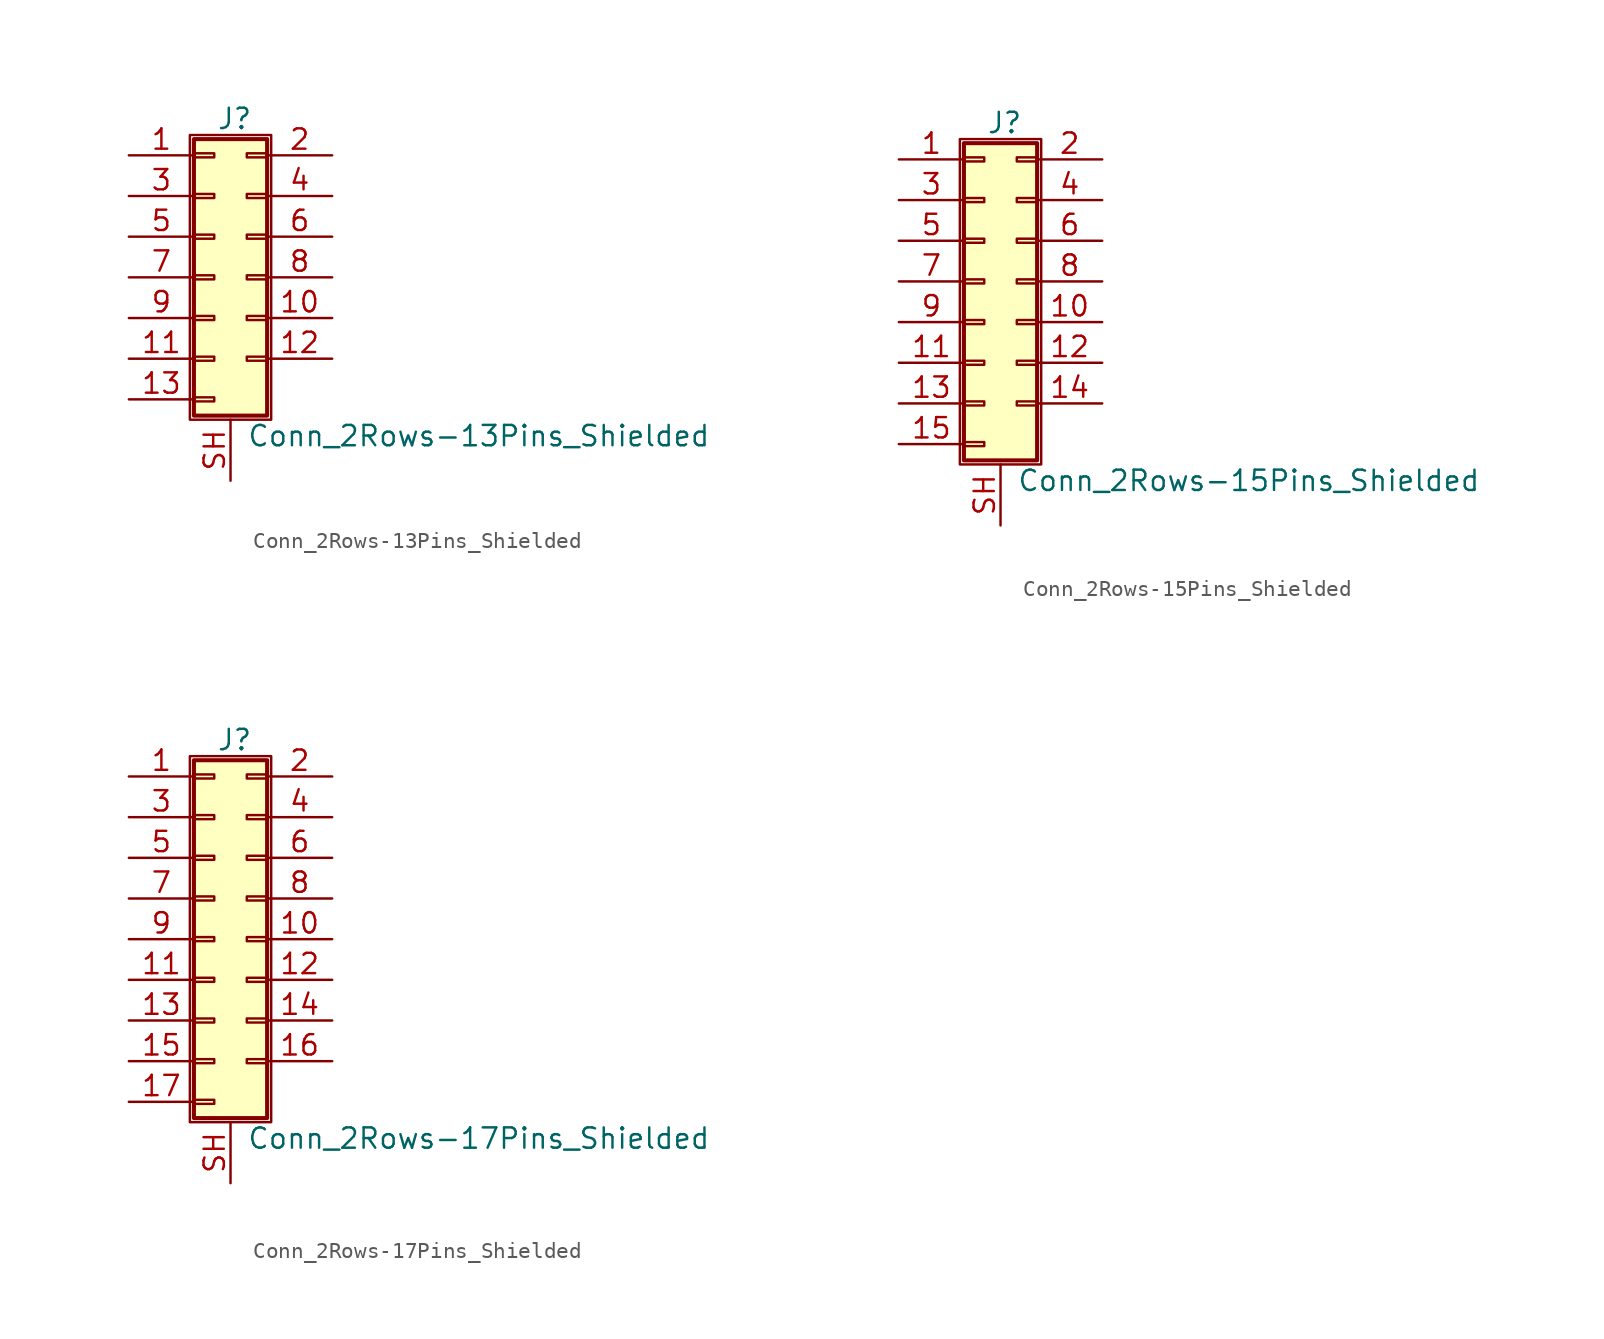
<source format=kicad_sym>
(kicad_symbol_lib
  (version 20201005)
  (generator kicad_symbol_editor)
  (symbol "Connector_Generic_Shielded:Conn_2Rows-13Pins_Shielded"
    (pin_names
      (offset 1.016) hide)
    (property "Reference" "J"
      (at 1.524 9.906 0)
      (effects (font (size 1.27 1.27))))
    (property "Value" "Conn_2Rows-13Pins_Shielded"
      (at 2.286 -9.906 0)
      (effects (font (size 1.27 1.27)) (justify left)))
    (symbol "Conn_2Rows-13Pins_Shielded_1_1"
      (rectangle (start -1.016 -4.953) (end 0.254 -5.207) (stroke (width 0.152)) (fill (type none)))
      (rectangle (start -1.016 -7.493) (end 0.254 -7.747) (stroke (width 0.152)) (fill (type none)))
      (rectangle (start -1.016 -2.413) (end 0.254 -2.667) (stroke (width 0.152)) (fill (type none)))
      (rectangle (start -1.016 2.667) (end 0.254 2.413) (stroke (width 0.152)) (fill (type none)))
      (rectangle (start -1.016 5.207) (end 0.254 4.953) (stroke (width 0.152)) (fill (type none)))
      (rectangle (start -1.016 7.747) (end 0.254 7.493) (stroke (width 0.152)) (fill (type none)))
      (rectangle (start -1.016 8.636) (end 3.556 -8.636) (stroke (width 0.254)) (fill (type background)))
      (rectangle (start -1.016 0.127) (end 0.254 -0.127) (stroke (width 0.152)) (fill (type none)))
      (rectangle (start -1.27 8.89) (end 3.81 -8.89) (stroke (width 0.152)) (fill (type none)))
      (rectangle (start 3.556 -4.953) (end 2.286 -5.207) (stroke (width 0.152)) (fill (type none)))
      (rectangle (start 3.556 -2.413) (end 2.286 -2.667) (stroke (width 0.152)) (fill (type none)))
      (rectangle (start 3.556 2.667) (end 2.286 2.413) (stroke (width 0.152)) (fill (type none)))
      (rectangle (start 3.556 5.207) (end 2.286 4.953) (stroke (width 0.152)) (fill (type none)))
      (rectangle (start 3.556 7.747) (end 2.286 7.493) (stroke (width 0.152)) (fill (type none)))
      (rectangle (start 3.556 0.127) (end 2.286 -0.127) (stroke (width 0.152)) (fill (type none)))
      (pin passive line (at -5.08 7.62 0) (length 4.064) (name "Pin_1" (effects (font (size 1.27 1.27)))) (number "1" (effects (font (size 1.27 1.27)))))
      (pin passive line (at 7.62 -2.54 180) (length 4.064) (name "Pin_10" (effects (font (size 1.27 1.27)))) (number "10" (effects (font (size 1.27 1.27)))))
      (pin passive line (at -5.08 -5.08 0) (length 4.064) (name "Pin_11" (effects (font (size 1.27 1.27)))) (number "11" (effects (font (size 1.27 1.27)))))
      (pin passive line (at 7.62 -5.08 180) (length 4.064) (name "Pin_12" (effects (font (size 1.27 1.27)))) (number "12" (effects (font (size 1.27 1.27)))))
      (pin passive line (at -5.08 -7.62 0) (length 4.064) (name "Pin_13" (effects (font (size 1.27 1.27)))) (number "13" (effects (font (size 1.27 1.27)))))
      (pin passive line (at 7.62 7.62 180) (length 4.064) (name "Pin_2" (effects (font (size 1.27 1.27)))) (number "2" (effects (font (size 1.27 1.27)))))
      (pin passive line (at -5.08 5.08 0) (length 4.064) (name "Pin_3" (effects (font (size 1.27 1.27)))) (number "3" (effects (font (size 1.27 1.27)))))
      (pin passive line (at 7.62 5.08 180) (length 4.064) (name "Pin_4" (effects (font (size 1.27 1.27)))) (number "4" (effects (font (size 1.27 1.27)))))
      (pin passive line (at -5.08 2.54 0) (length 4.064) (name "Pin_5" (effects (font (size 1.27 1.27)))) (number "5" (effects (font (size 1.27 1.27)))))
      (pin passive line (at 7.62 2.54 180) (length 4.064) (name "Pin_6" (effects (font (size 1.27 1.27)))) (number "6" (effects (font (size 1.27 1.27)))))
      (pin passive line (at -5.08 0 0) (length 4.064) (name "Pin_7" (effects (font (size 1.27 1.27)))) (number "7" (effects (font (size 1.27 1.27)))))
      (pin passive line (at 7.62 0 180) (length 4.064) (name "Pin_8" (effects (font (size 1.27 1.27)))) (number "8" (effects (font (size 1.27 1.27)))))
      (pin passive line (at -5.08 -2.54 0) (length 4.064) (name "Pin_9" (effects (font (size 1.27 1.27)))) (number "9" (effects (font (size 1.27 1.27)))))
      (pin passive line (at 1.27 -12.7 90) (length 3.81) (name "Shield" (effects (font (size 1.27 1.27)))) (number "SH" (effects (font (size 1.27 1.27)))))))
  (symbol "Connector_Generic_Shielded:Conn_2Rows-15Pins_Shielded"
    (pin_names
      (offset 1.016) hide)
    (property "Reference" "J"
      (at 1.524 9.906 0)
      (effects (font (size 1.27 1.27))))
    (property "Value" "Conn_2Rows-15Pins_Shielded"
      (at 2.286 -12.446 0)
      (effects (font (size 1.27 1.27)) (justify left)))
    (symbol "Conn_2Rows-15Pins_Shielded_1_1"
      (rectangle (start -1.016 -4.953) (end 0.254 -5.207) (stroke (width 0.152)) (fill (type none)))
      (rectangle (start -1.016 -7.493) (end 0.254 -7.747) (stroke (width 0.152)) (fill (type none)))
      (rectangle (start -1.016 -10.033) (end 0.254 -10.287) (stroke (width 0.152)) (fill (type none)))
      (rectangle (start -1.016 -2.413) (end 0.254 -2.667) (stroke (width 0.152)) (fill (type none)))
      (rectangle (start -1.016 2.667) (end 0.254 2.413) (stroke (width 0.152)) (fill (type none)))
      (rectangle (start -1.016 5.207) (end 0.254 4.953) (stroke (width 0.152)) (fill (type none)))
      (rectangle (start -1.016 7.747) (end 0.254 7.493) (stroke (width 0.152)) (fill (type none)))
      (rectangle (start -1.016 8.636) (end 3.556 -11.176) (stroke (width 0.254)) (fill (type background)))
      (rectangle (start -1.016 0.127) (end 0.254 -0.127) (stroke (width 0.152)) (fill (type none)))
      (rectangle (start -1.27 8.89) (end 3.81 -11.43) (stroke (width 0.152)) (fill (type none)))
      (rectangle (start 3.556 -4.953) (end 2.286 -5.207) (stroke (width 0.152)) (fill (type none)))
      (rectangle (start 3.556 -7.493) (end 2.286 -7.747) (stroke (width 0.152)) (fill (type none)))
      (rectangle (start 3.556 -2.413) (end 2.286 -2.667) (stroke (width 0.152)) (fill (type none)))
      (rectangle (start 3.556 2.667) (end 2.286 2.413) (stroke (width 0.152)) (fill (type none)))
      (rectangle (start 3.556 5.207) (end 2.286 4.953) (stroke (width 0.152)) (fill (type none)))
      (rectangle (start 3.556 7.747) (end 2.286 7.493) (stroke (width 0.152)) (fill (type none)))
      (rectangle (start 3.556 0.127) (end 2.286 -0.127) (stroke (width 0.152)) (fill (type none)))
      (pin passive line (at -5.08 7.62 0) (length 4.064) (name "Pin_1" (effects (font (size 1.27 1.27)))) (number "1" (effects (font (size 1.27 1.27)))))
      (pin passive line (at 7.62 -2.54 180) (length 4.064) (name "Pin_10" (effects (font (size 1.27 1.27)))) (number "10" (effects (font (size 1.27 1.27)))))
      (pin passive line (at -5.08 -5.08 0) (length 4.064) (name "Pin_11" (effects (font (size 1.27 1.27)))) (number "11" (effects (font (size 1.27 1.27)))))
      (pin passive line (at 7.62 -5.08 180) (length 4.064) (name "Pin_12" (effects (font (size 1.27 1.27)))) (number "12" (effects (font (size 1.27 1.27)))))
      (pin passive line (at -5.08 -7.62 0) (length 4.064) (name "Pin_13" (effects (font (size 1.27 1.27)))) (number "13" (effects (font (size 1.27 1.27)))))
      (pin passive line (at 7.62 -7.62 180) (length 4.064) (name "Pin_14" (effects (font (size 1.27 1.27)))) (number "14" (effects (font (size 1.27 1.27)))))
      (pin passive line (at -5.08 -10.16 0) (length 4.064) (name "Pin_15" (effects (font (size 1.27 1.27)))) (number "15" (effects (font (size 1.27 1.27)))))
      (pin passive line (at 7.62 7.62 180) (length 4.064) (name "Pin_2" (effects (font (size 1.27 1.27)))) (number "2" (effects (font (size 1.27 1.27)))))
      (pin passive line (at -5.08 5.08 0) (length 4.064) (name "Pin_3" (effects (font (size 1.27 1.27)))) (number "3" (effects (font (size 1.27 1.27)))))
      (pin passive line (at 7.62 5.08 180) (length 4.064) (name "Pin_4" (effects (font (size 1.27 1.27)))) (number "4" (effects (font (size 1.27 1.27)))))
      (pin passive line (at -5.08 2.54 0) (length 4.064) (name "Pin_5" (effects (font (size 1.27 1.27)))) (number "5" (effects (font (size 1.27 1.27)))))
      (pin passive line (at 7.62 2.54 180) (length 4.064) (name "Pin_6" (effects (font (size 1.27 1.27)))) (number "6" (effects (font (size 1.27 1.27)))))
      (pin passive line (at -5.08 0 0) (length 4.064) (name "Pin_7" (effects (font (size 1.27 1.27)))) (number "7" (effects (font (size 1.27 1.27)))))
      (pin passive line (at 7.62 0 180) (length 4.064) (name "Pin_8" (effects (font (size 1.27 1.27)))) (number "8" (effects (font (size 1.27 1.27)))))
      (pin passive line (at -5.08 -2.54 0) (length 4.064) (name "Pin_9" (effects (font (size 1.27 1.27)))) (number "9" (effects (font (size 1.27 1.27)))))
      (pin passive line (at 1.27 -15.24 90) (length 3.81) (name "Shield" (effects (font (size 1.27 1.27)))) (number "SH" (effects (font (size 1.27 1.27)))))))
  (symbol "Connector_Generic_Shielded:Conn_2Rows-17Pins_Shielded"
    (pin_names
      (offset 1.016) hide)
    (property "Reference" "J"
      (at 1.524 12.446 0)
      (effects (font (size 1.27 1.27))))
    (property "Value" "Conn_2Rows-17Pins_Shielded"
      (at 2.286 -12.446 0)
      (effects (font (size 1.27 1.27)) (justify left)))
    (symbol "Conn_2Rows-17Pins_Shielded_1_1"
      (rectangle (start -1.016 -4.953) (end 0.254 -5.207) (stroke (width 0.152)) (fill (type none)))
      (rectangle (start -1.016 -7.493) (end 0.254 -7.747) (stroke (width 0.152)) (fill (type none)))
      (rectangle (start -1.016 -10.033) (end 0.254 -10.287) (stroke (width 0.152)) (fill (type none)))
      (rectangle (start -1.016 -2.413) (end 0.254 -2.667) (stroke (width 0.152)) (fill (type none)))
      (rectangle (start -1.016 2.667) (end 0.254 2.413) (stroke (width 0.152)) (fill (type none)))
      (rectangle (start -1.016 5.207) (end 0.254 4.953) (stroke (width 0.152)) (fill (type none)))
      (rectangle (start -1.016 7.747) (end 0.254 7.493) (stroke (width 0.152)) (fill (type none)))
      (rectangle (start -1.016 10.287) (end 0.254 10.033) (stroke (width 0.152)) (fill (type none)))
      (rectangle (start -1.016 11.176) (end 3.556 -11.176) (stroke (width 0.254)) (fill (type background)))
      (rectangle (start -1.016 0.127) (end 0.254 -0.127) (stroke (width 0.152)) (fill (type none)))
      (rectangle (start -1.27 11.43) (end 3.81 -11.43) (stroke (width 0.152)) (fill (type none)))
      (rectangle (start 3.556 -4.953) (end 2.286 -5.207) (stroke (width 0.152)) (fill (type none)))
      (rectangle (start 3.556 -7.493) (end 2.286 -7.747) (stroke (width 0.152)) (fill (type none)))
      (rectangle (start 3.556 -2.413) (end 2.286 -2.667) (stroke (width 0.152)) (fill (type none)))
      (rectangle (start 3.556 2.667) (end 2.286 2.413) (stroke (width 0.152)) (fill (type none)))
      (rectangle (start 3.556 5.207) (end 2.286 4.953) (stroke (width 0.152)) (fill (type none)))
      (rectangle (start 3.556 7.747) (end 2.286 7.493) (stroke (width 0.152)) (fill (type none)))
      (rectangle (start 3.556 10.287) (end 2.286 10.033) (stroke (width 0.152)) (fill (type none)))
      (rectangle (start 3.556 0.127) (end 2.286 -0.127) (stroke (width 0.152)) (fill (type none)))
      (pin passive line (at -5.08 10.16 0) (length 4.064) (name "Pin_1" (effects (font (size 1.27 1.27)))) (number "1" (effects (font (size 1.27 1.27)))))
      (pin passive line (at 7.62 0 180) (length 4.064) (name "Pin_10" (effects (font (size 1.27 1.27)))) (number "10" (effects (font (size 1.27 1.27)))))
      (pin passive line (at -5.08 -2.54 0) (length 4.064) (name "Pin_11" (effects (font (size 1.27 1.27)))) (number "11" (effects (font (size 1.27 1.27)))))
      (pin passive line (at 7.62 -2.54 180) (length 4.064) (name "Pin_12" (effects (font (size 1.27 1.27)))) (number "12" (effects (font (size 1.27 1.27)))))
      (pin passive line (at -5.08 -5.08 0) (length 4.064) (name "Pin_13" (effects (font (size 1.27 1.27)))) (number "13" (effects (font (size 1.27 1.27)))))
      (pin passive line (at 7.62 -5.08 180) (length 4.064) (name "Pin_14" (effects (font (size 1.27 1.27)))) (number "14" (effects (font (size 1.27 1.27)))))
      (pin passive line (at -5.08 -7.62 0) (length 4.064) (name "Pin_15" (effects (font (size 1.27 1.27)))) (number "15" (effects (font (size 1.27 1.27)))))
      (pin passive line (at 7.62 -7.62 180) (length 4.064) (name "Pin_16" (effects (font (size 1.27 1.27)))) (number "16" (effects (font (size 1.27 1.27)))))
      (pin passive line (at -5.08 -10.16 0) (length 4.064) (name "Pin_17" (effects (font (size 1.27 1.27)))) (number "17" (effects (font (size 1.27 1.27)))))
      (pin passive line (at 7.62 10.16 180) (length 4.064) (name "Pin_2" (effects (font (size 1.27 1.27)))) (number "2" (effects (font (size 1.27 1.27)))))
      (pin passive line (at -5.08 7.62 0) (length 4.064) (name "Pin_3" (effects (font (size 1.27 1.27)))) (number "3" (effects (font (size 1.27 1.27)))))
      (pin passive line (at 7.62 7.62 180) (length 4.064) (name "Pin_4" (effects (font (size 1.27 1.27)))) (number "4" (effects (font (size 1.27 1.27)))))
      (pin passive line (at -5.08 5.08 0) (length 4.064) (name "Pin_5" (effects (font (size 1.27 1.27)))) (number "5" (effects (font (size 1.27 1.27)))))
      (pin passive line (at 7.62 5.08 180) (length 4.064) (name "Pin_6" (effects (font (size 1.27 1.27)))) (number "6" (effects (font (size 1.27 1.27)))))
      (pin passive line (at -5.08 2.54 0) (length 4.064) (name "Pin_7" (effects (font (size 1.27 1.27)))) (number "7" (effects (font (size 1.27 1.27)))))
      (pin passive line (at 7.62 2.54 180) (length 4.064) (name "Pin_8" (effects (font (size 1.27 1.27)))) (number "8" (effects (font (size 1.27 1.27)))))
      (pin passive line (at -5.08 0 0) (length 4.064) (name "Pin_9" (effects (font (size 1.27 1.27)))) (number "9" (effects (font (size 1.27 1.27)))))
      (pin passive line (at 1.27 -15.24 90) (length 3.81) (name "Shield" (effects (font (size 1.27 1.27)))) (number "SH" (effects (font (size 1.27 1.27))))))))
</source>
